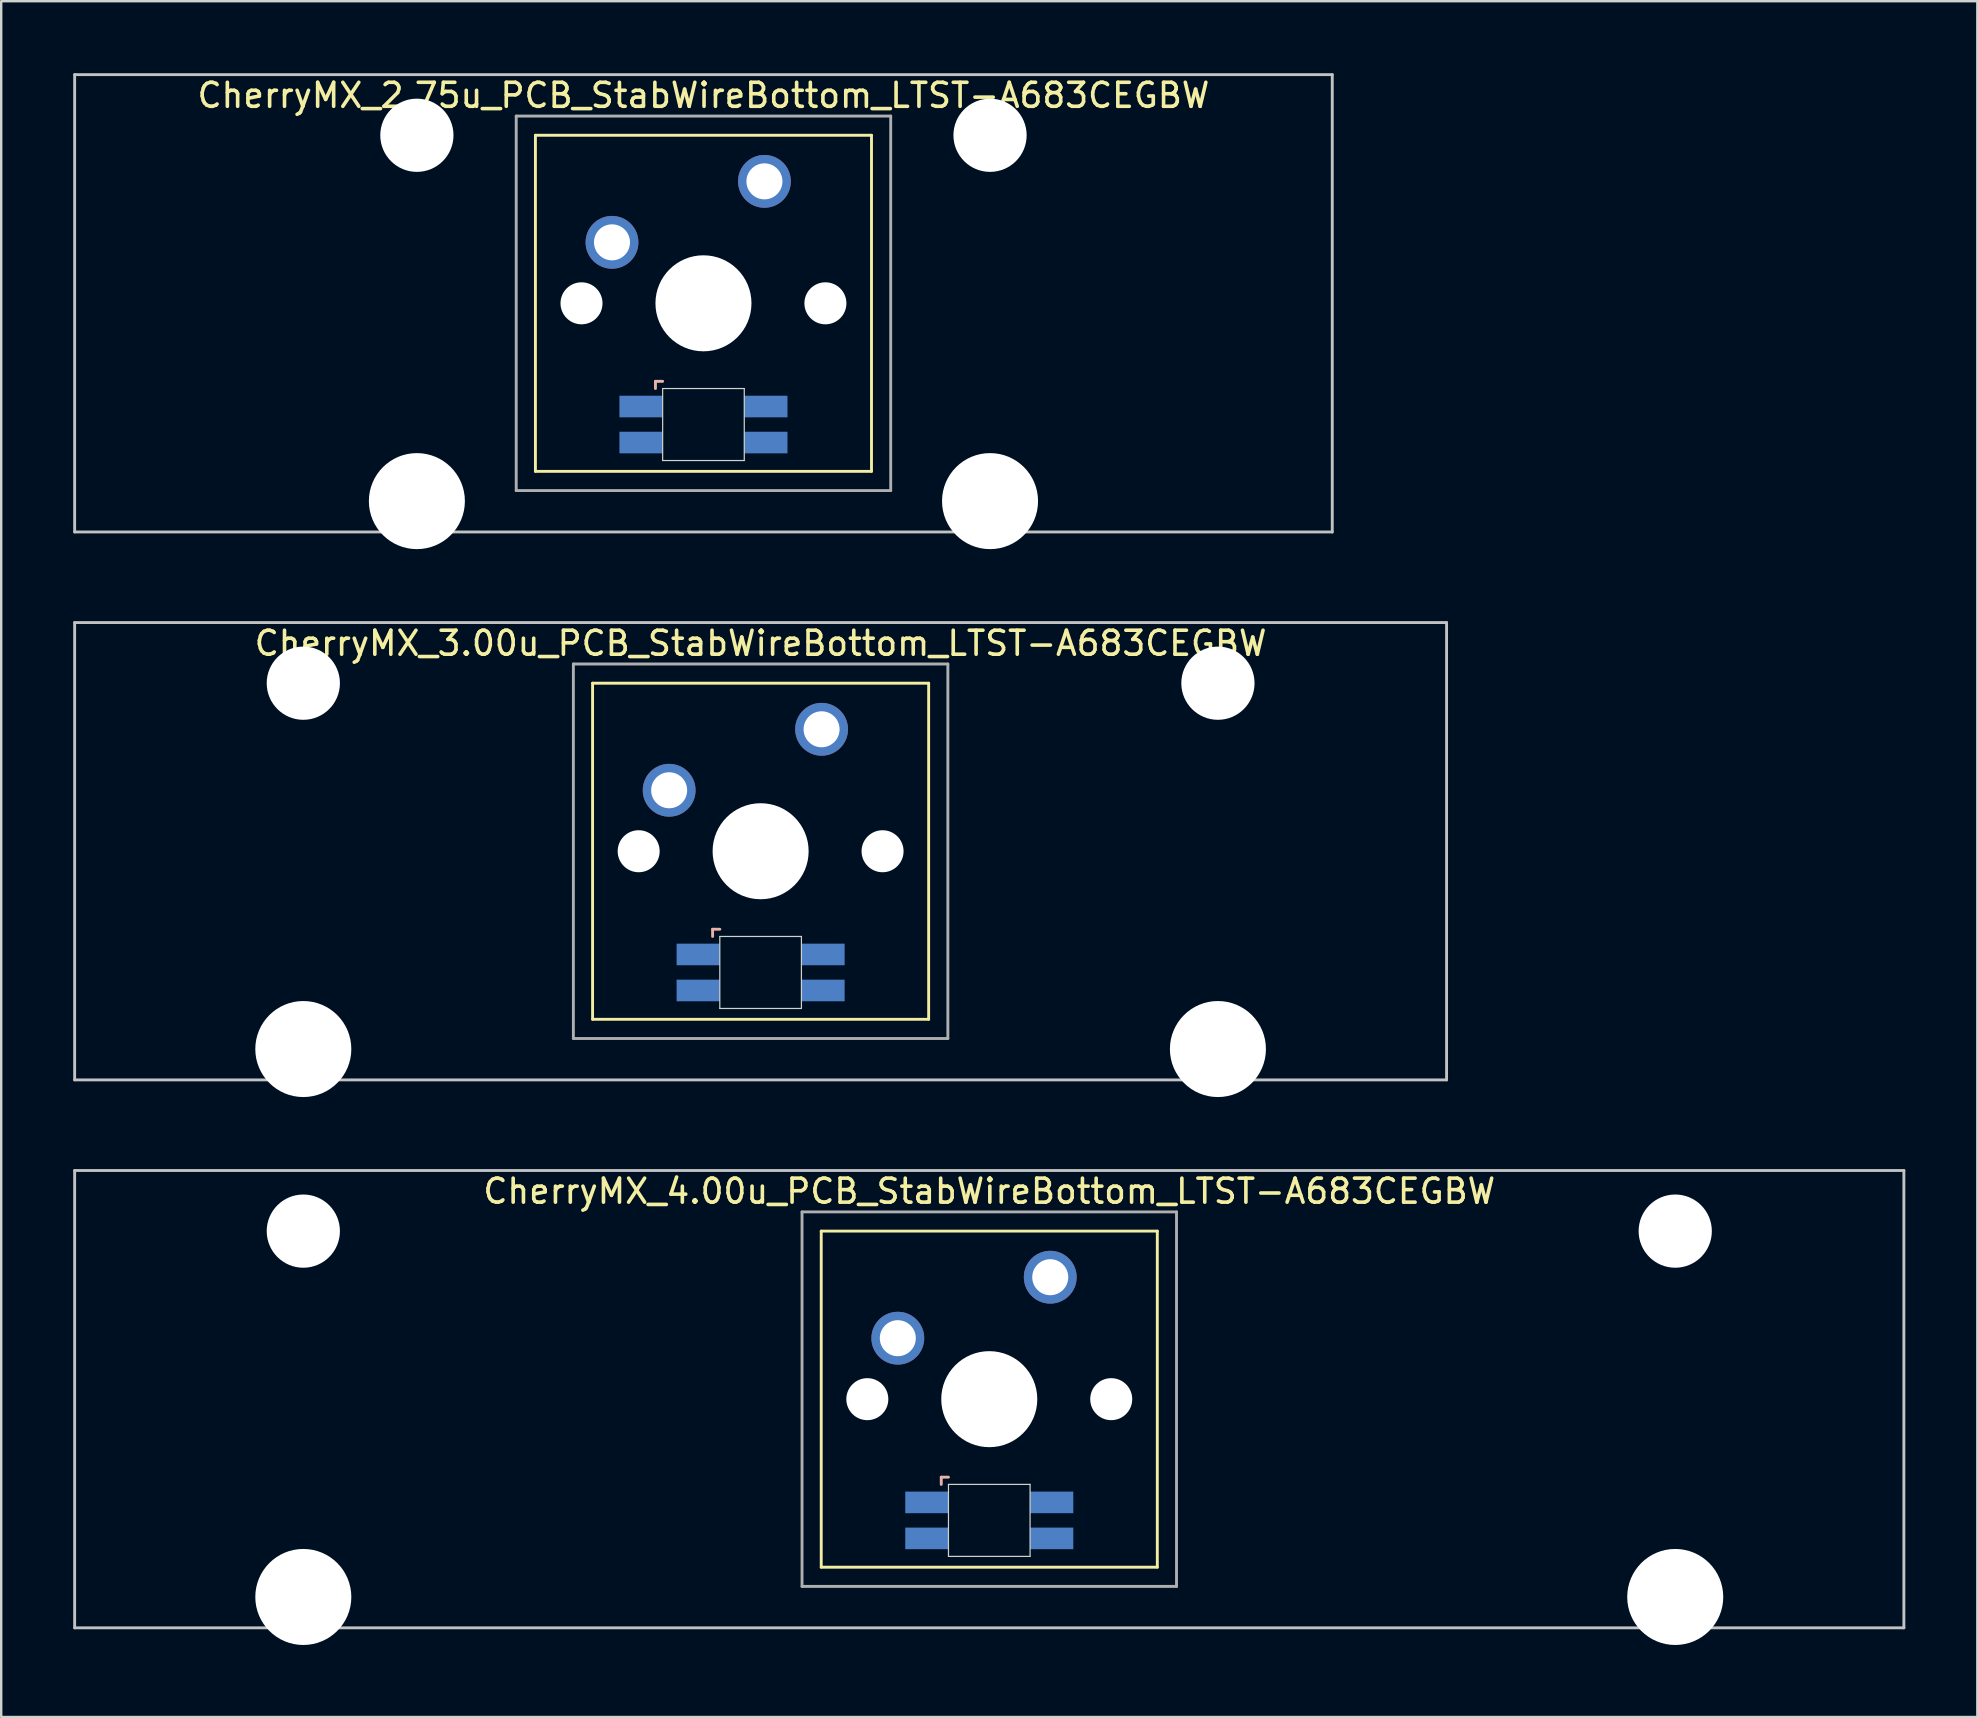
<source format=kicad_pcb>
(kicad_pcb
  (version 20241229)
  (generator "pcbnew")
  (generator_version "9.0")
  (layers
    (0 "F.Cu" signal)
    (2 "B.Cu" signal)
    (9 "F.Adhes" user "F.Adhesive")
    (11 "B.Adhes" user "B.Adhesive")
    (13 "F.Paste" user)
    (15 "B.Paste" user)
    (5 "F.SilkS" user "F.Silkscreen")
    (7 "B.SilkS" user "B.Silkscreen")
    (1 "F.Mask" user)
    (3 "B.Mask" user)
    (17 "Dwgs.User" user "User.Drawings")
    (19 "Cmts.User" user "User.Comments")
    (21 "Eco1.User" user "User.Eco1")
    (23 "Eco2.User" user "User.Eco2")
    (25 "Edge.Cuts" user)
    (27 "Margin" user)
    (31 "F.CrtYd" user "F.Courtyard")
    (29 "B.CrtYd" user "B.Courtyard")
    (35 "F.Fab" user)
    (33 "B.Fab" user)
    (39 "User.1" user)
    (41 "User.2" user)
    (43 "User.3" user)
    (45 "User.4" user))
  (footprint "CherryMX_2.75u_PCB_StabWireBottom_LTST-A683CEGBW"
    (layer "F.Cu")
    (at 26.254 9.585)
    (property "Reference" "CherryMX_2.75u_PCB_StabWireBottom_LTST-A683CEGBW" (at 0 -8.662 0) (layer "F.SilkS") (effects (font (size 1 1) (thickness 0.15))))
    (attr through_hole)
    (fp_line (start -7 -7) (end -7 7) (stroke (width 0.12) (type solid)) (layer "F.SilkS"))
    (fp_line (start -7 -7) (end 7 -7) (stroke (width 0.12) (type solid)) (layer "F.SilkS"))
    (fp_line (start 7 -7) (end 7 7) (stroke (width 0.12) (type solid)) (layer "F.SilkS"))
    (fp_line (start 7 7) (end -7 7) (stroke (width 0.12) (type solid)) (layer "F.SilkS"))
    (fp_line (start -2 3.25) (end -2 3.55) (stroke (width 0.12) (type solid)) (layer "B.SilkS"))
    (fp_line (start -1.7 3.25) (end -2 3.25) (stroke (width 0.12) (type solid)) (layer "B.SilkS"))
    (fp_line (start -26.194 -9.525) (end 26.194 -9.525) (stroke (width 0.12) (type solid)) (layer "Dwgs.User"))
    (fp_line (start -26.194 9.525) (end -26.194 -9.525) (stroke (width 0.12) (type solid)) (layer "Dwgs.User"))
    (fp_line (start 26.194 -9.525) (end 26.194 9.525) (stroke (width 0.12) (type solid)) (layer "Dwgs.User"))
    (fp_line (start 26.194 9.525) (end -26.194 9.525) (stroke (width 0.12) (type solid)) (layer "Dwgs.User"))
    (fp_line (start -1.7 3.55) (end 1.7 3.55) (stroke (width 0.05) (type solid)) (layer "Edge.Cuts"))
    (fp_line (start -1.7 6.55) (end -1.7 3.55) (stroke (width 0.05) (type solid)) (layer "Edge.Cuts"))
    (fp_line (start 1.7 3.55) (end 1.7 6.55) (stroke (width 0.05) (type solid)) (layer "Edge.Cuts"))
    (fp_line (start 1.7 6.55) (end -1.7 6.55) (stroke (width 0.05) (type solid)) (layer "Edge.Cuts"))
    (fp_line (start -7.8 -7.8) (end -7.8 7.8) (stroke (width 0.12) (type solid)) (layer "F.Fab"))
    (fp_line (start -7.8 -7.8) (end 7.8 -7.8) (stroke (width 0.12) (type solid)) (layer "F.Fab"))
    (fp_line (start -7.8 7.8) (end 7.8 7.8) (stroke (width 0.12) (type solid)) (layer "F.Fab"))
    (fp_line (start 7.8 -7.8) (end 7.8 7.8) (stroke (width 0.12) (type solid)) (layer "F.Fab"))
    (pad "" np_thru_hole circle (at -11.938 -7) (size 3.05 3.05) (drill 3.05) (layers "*.Cu" "*.Mask"))
    (pad "" np_thru_hole circle (at -11.938 8.24) (size 4 4) (drill 4) (layers "*.Cu" "*.Mask"))
    (pad "" np_thru_hole circle (at -5.08 0) (size 1.75 1.75) (drill 1.75) (layers "*.Cu" "*.Mask"))
    (pad "" np_thru_hole circle (at 0 0) (size 4 4) (drill 4) (layers "*.Cu" "*.Mask"))
    (pad "" np_thru_hole circle (at 5.08 0) (size 1.75 1.75) (drill 1.75) (layers "*.Cu" "*.Mask"))
    (pad "" np_thru_hole circle (at 11.938 -7) (size 3.05 3.05) (drill 3.05) (layers "*.Cu" "*.Mask"))
    (pad "" np_thru_hole circle (at 11.938 8.24) (size 4 4) (drill 4) (layers "*.Cu" "*.Mask"))
    (pad "1" thru_hole circle (at -3.81 -2.54) (size 2.2 2.2) (drill 1.5) (layers "*.Cu" "*.Mask"))
    (pad "2" thru_hole circle (at 2.54 -5.08) (size 2.2 2.2) (drill 1.5) (layers "*.Cu" "*.Mask"))
    (pad "3" smd rect (at -2.6 4.3) (size 1.8 0.9) (layers "B.Cu" "B.Mask" "B.Paste"))
    (pad "4" smd rect (at -2.6 5.8) (size 1.8 0.9) (layers "B.Cu" "B.Mask" "B.Paste"))
    (pad "5" smd rect (at 2.6 4.3) (size 1.8 0.9) (layers "B.Cu" "B.Mask" "B.Paste"))
    (pad "6" smd rect (at 2.6 5.8) (size 1.8 0.9) (layers "B.Cu" "B.Mask" "B.Paste")))
  (footprint "CherryMX_3.00u_PCB_StabWireBottom_LTST-A683CEGBW"
    (layer "F.Cu")
    (at 28.635 32.41)
    (property "Reference" "CherryMX_3.00u_PCB_StabWireBottom_LTST-A683CEGBW" (at 0 -8.662 0) (layer "F.SilkS") (effects (font (size 1 1) (thickness 0.15))))
    (attr through_hole)
    (fp_line (start -7 -7) (end -7 7) (stroke (width 0.12) (type solid)) (layer "F.SilkS"))
    (fp_line (start -7 -7) (end 7 -7) (stroke (width 0.12) (type solid)) (layer "F.SilkS"))
    (fp_line (start 7 -7) (end 7 7) (stroke (width 0.12) (type solid)) (layer "F.SilkS"))
    (fp_line (start 7 7) (end -7 7) (stroke (width 0.12) (type solid)) (layer "F.SilkS"))
    (fp_line (start -2 3.25) (end -2 3.55) (stroke (width 0.12) (type solid)) (layer "B.SilkS"))
    (fp_line (start -1.7 3.25) (end -2 3.25) (stroke (width 0.12) (type solid)) (layer "B.SilkS"))
    (fp_line (start -28.575 -9.525) (end 28.575 -9.525) (stroke (width 0.12) (type solid)) (layer "Dwgs.User"))
    (fp_line (start -28.575 9.525) (end -28.575 -9.525) (stroke (width 0.12) (type solid)) (layer "Dwgs.User"))
    (fp_line (start 28.575 -9.525) (end 28.575 9.525) (stroke (width 0.12) (type solid)) (layer "Dwgs.User"))
    (fp_line (start 28.575 9.525) (end -28.575 9.525) (stroke (width 0.12) (type solid)) (layer "Dwgs.User"))
    (fp_line (start -1.7 3.55) (end 1.7 3.55) (stroke (width 0.05) (type solid)) (layer "Edge.Cuts"))
    (fp_line (start -1.7 6.55) (end -1.7 3.55) (stroke (width 0.05) (type solid)) (layer "Edge.Cuts"))
    (fp_line (start 1.7 3.55) (end 1.7 6.55) (stroke (width 0.05) (type solid)) (layer "Edge.Cuts"))
    (fp_line (start 1.7 6.55) (end -1.7 6.55) (stroke (width 0.05) (type solid)) (layer "Edge.Cuts"))
    (fp_line (start -7.8 -7.8) (end -7.8 7.8) (stroke (width 0.12) (type solid)) (layer "F.Fab"))
    (fp_line (start -7.8 -7.8) (end 7.8 -7.8) (stroke (width 0.12) (type solid)) (layer "F.Fab"))
    (fp_line (start -7.8 7.8) (end 7.8 7.8) (stroke (width 0.12) (type solid)) (layer "F.Fab"))
    (fp_line (start 7.8 -7.8) (end 7.8 7.8) (stroke (width 0.12) (type solid)) (layer "F.Fab"))
    (pad "" np_thru_hole circle (at -19.05 -7) (size 3.05 3.05) (drill 3.05) (layers "*.Cu" "*.Mask"))
    (pad "" np_thru_hole circle (at -19.05 8.24) (size 4 4) (drill 4) (layers "*.Cu" "*.Mask"))
    (pad "" np_thru_hole circle (at -5.08 0) (size 1.75 1.75) (drill 1.75) (layers "*.Cu" "*.Mask"))
    (pad "" np_thru_hole circle (at 0 0) (size 4 4) (drill 4) (layers "*.Cu" "*.Mask"))
    (pad "" np_thru_hole circle (at 5.08 0) (size 1.75 1.75) (drill 1.75) (layers "*.Cu" "*.Mask"))
    (pad "" np_thru_hole circle (at 19.05 -7) (size 3.05 3.05) (drill 3.05) (layers "*.Cu" "*.Mask"))
    (pad "" np_thru_hole circle (at 19.05 8.24) (size 4 4) (drill 4) (layers "*.Cu" "*.Mask"))
    (pad "1" thru_hole circle (at -3.81 -2.54) (size 2.2 2.2) (drill 1.5) (layers "*.Cu" "*.Mask"))
    (pad "2" thru_hole circle (at 2.54 -5.08) (size 2.2 2.2) (drill 1.5) (layers "*.Cu" "*.Mask"))
    (pad "3" smd rect (at -2.6 4.3) (size 1.8 0.9) (layers "B.Cu" "B.Mask" "B.Paste"))
    (pad "4" smd rect (at -2.6 5.8) (size 1.8 0.9) (layers "B.Cu" "B.Mask" "B.Paste"))
    (pad "5" smd rect (at 2.6 4.3) (size 1.8 0.9) (layers "B.Cu" "B.Mask" "B.Paste"))
    (pad "6" smd rect (at 2.6 5.8) (size 1.8 0.9) (layers "B.Cu" "B.Mask" "B.Paste")))
  (footprint "CherryMX_4.00u_PCB_StabWireBottom_LTST-A683CEGBW"
    (layer "F.Cu")
    (at 38.16 55.235)
    (property "Reference" "CherryMX_4.00u_PCB_StabWireBottom_LTST-A683CEGBW" (at 0 -8.662 0) (layer "F.SilkS") (effects (font (size 1 1) (thickness 0.15))))
    (attr through_hole)
    (fp_line (start -7 -7) (end -7 7) (stroke (width 0.12) (type solid)) (layer "F.SilkS"))
    (fp_line (start -7 -7) (end 7 -7) (stroke (width 0.12) (type solid)) (layer "F.SilkS"))
    (fp_line (start 7 -7) (end 7 7) (stroke (width 0.12) (type solid)) (layer "F.SilkS"))
    (fp_line (start 7 7) (end -7 7) (stroke (width 0.12) (type solid)) (layer "F.SilkS"))
    (fp_line (start -2 3.25) (end -2 3.55) (stroke (width 0.12) (type solid)) (layer "B.SilkS"))
    (fp_line (start -1.7 3.25) (end -2 3.25) (stroke (width 0.12) (type solid)) (layer "B.SilkS"))
    (fp_line (start -38.1 -9.525) (end 38.1 -9.525) (stroke (width 0.12) (type solid)) (layer "Dwgs.User"))
    (fp_line (start -38.1 9.525) (end -38.1 -9.525) (stroke (width 0.12) (type solid)) (layer "Dwgs.User"))
    (fp_line (start 38.1 -9.525) (end 38.1 9.525) (stroke (width 0.12) (type solid)) (layer "Dwgs.User"))
    (fp_line (start 38.1 9.525) (end -38.1 9.525) (stroke (width 0.12) (type solid)) (layer "Dwgs.User"))
    (fp_line (start -1.7 3.55) (end 1.7 3.55) (stroke (width 0.05) (type solid)) (layer "Edge.Cuts"))
    (fp_line (start -1.7 6.55) (end -1.7 3.55) (stroke (width 0.05) (type solid)) (layer "Edge.Cuts"))
    (fp_line (start 1.7 3.55) (end 1.7 6.55) (stroke (width 0.05) (type solid)) (layer "Edge.Cuts"))
    (fp_line (start 1.7 6.55) (end -1.7 6.55) (stroke (width 0.05) (type solid)) (layer "Edge.Cuts"))
    (fp_line (start -7.8 -7.8) (end -7.8 7.8) (stroke (width 0.12) (type solid)) (layer "F.Fab"))
    (fp_line (start -7.8 -7.8) (end 7.8 -7.8) (stroke (width 0.12) (type solid)) (layer "F.Fab"))
    (fp_line (start -7.8 7.8) (end 7.8 7.8) (stroke (width 0.12) (type solid)) (layer "F.Fab"))
    (fp_line (start 7.8 -7.8) (end 7.8 7.8) (stroke (width 0.12) (type solid)) (layer "F.Fab"))
    (pad "" np_thru_hole circle (at -28.575 -7) (size 3.05 3.05) (drill 3.05) (layers "*.Cu" "*.Mask"))
    (pad "" np_thru_hole circle (at -28.575 8.24) (size 4 4) (drill 4) (layers "*.Cu" "*.Mask"))
    (pad "" np_thru_hole circle (at -5.08 0) (size 1.75 1.75) (drill 1.75) (layers "*.Cu" "*.Mask"))
    (pad "" np_thru_hole circle (at 0 0) (size 4 4) (drill 4) (layers "*.Cu" "*.Mask"))
    (pad "" np_thru_hole circle (at 5.08 0) (size 1.75 1.75) (drill 1.75) (layers "*.Cu" "*.Mask"))
    (pad "" np_thru_hole circle (at 28.575 -7) (size 3.05 3.05) (drill 3.05) (layers "*.Cu" "*.Mask"))
    (pad "" np_thru_hole circle (at 28.575 8.24) (size 4 4) (drill 4) (layers "*.Cu" "*.Mask"))
    (pad "1" thru_hole circle (at -3.81 -2.54) (size 2.2 2.2) (drill 1.5) (layers "*.Cu" "*.Mask"))
    (pad "2" thru_hole circle (at 2.54 -5.08) (size 2.2 2.2) (drill 1.5) (layers "*.Cu" "*.Mask"))
    (pad "3" smd rect (at -2.6 4.3) (size 1.8 0.9) (layers "B.Cu" "B.Mask" "B.Paste"))
    (pad "4" smd rect (at -2.6 5.8) (size 1.8 0.9) (layers "B.Cu" "B.Mask" "B.Paste"))
    (pad "5" smd rect (at 2.6 4.3) (size 1.8 0.9) (layers "B.Cu" "B.Mask" "B.Paste"))
    (pad "6" smd rect (at 2.6 5.8) (size 1.8 0.9) (layers "B.Cu" "B.Mask" "B.Paste")))
  (gr_rect
    (start -3 -3)
    (end 79.32 68.475)
    (stroke (width 0.1) (type default))
    (fill no)
    (layer "Edge.Cuts")))
</source>
